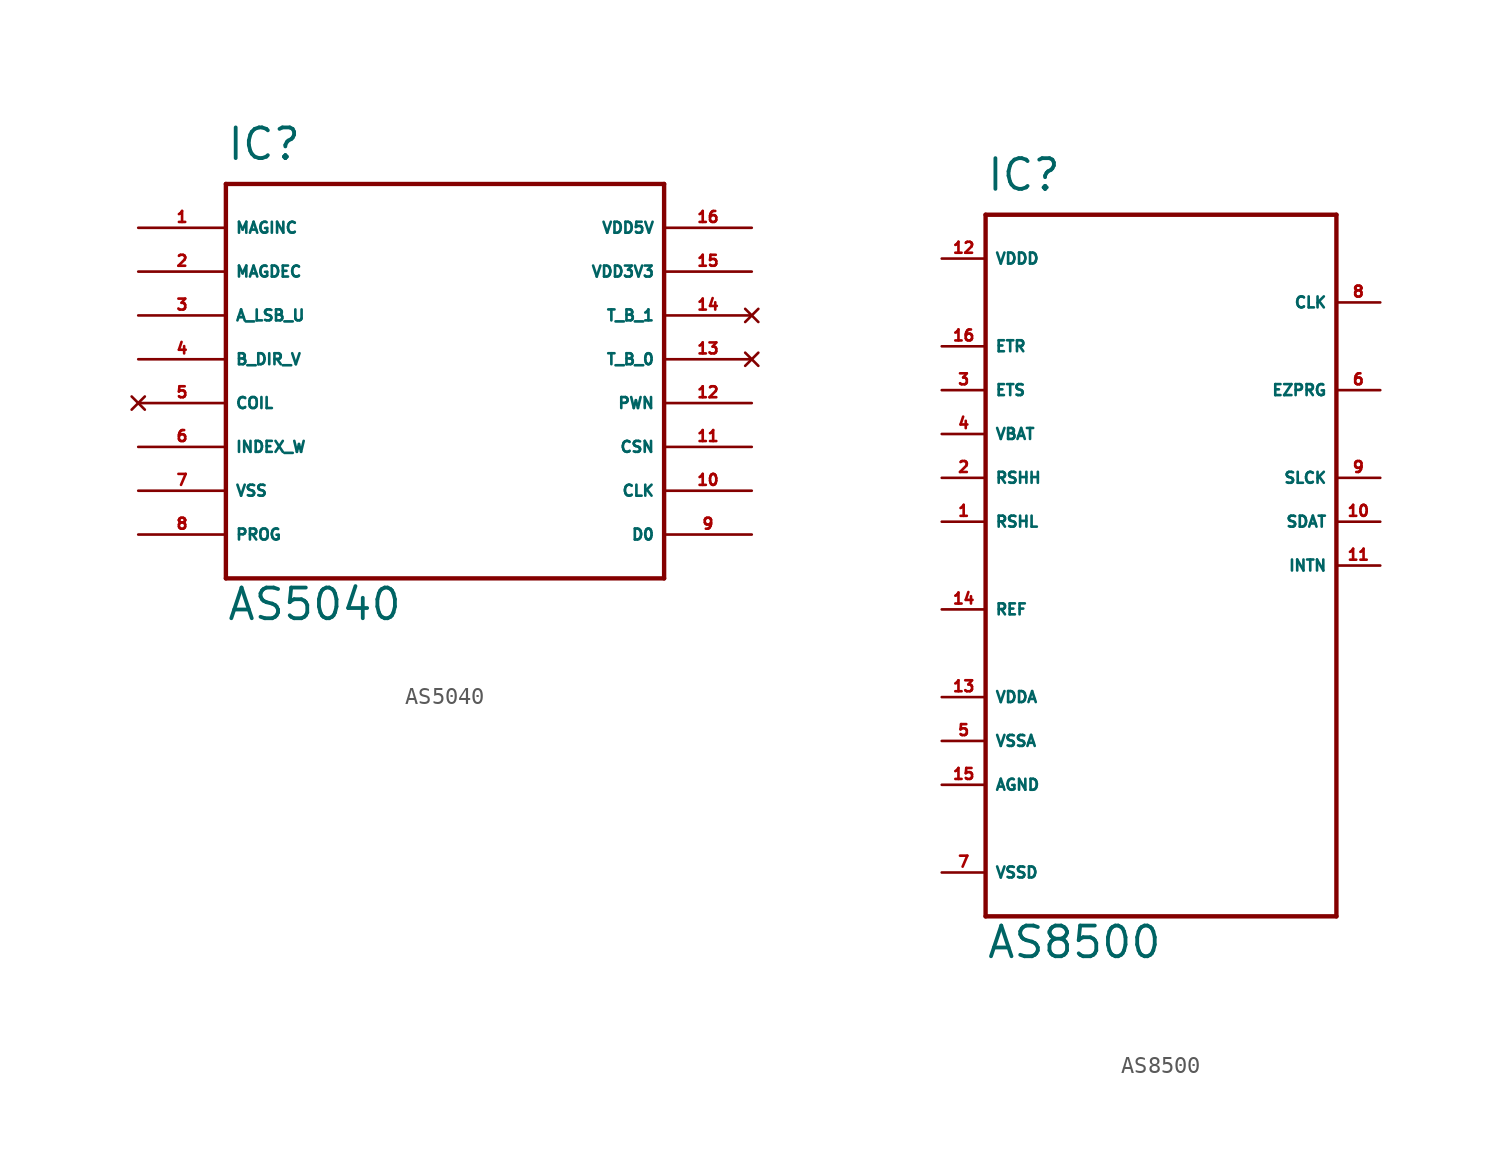
<source format=kicad_sym>
(kicad_symbol_lib
  (version 20220914)
  (generator Eagle2Kicad)
  (symbol "AS5040"
    (property "Reference" "IC"
      (at -12.7 11.43 0)
      (effects (font (size 1.778 1.778) (thickness 0.22)) (justify left bottom)))
    (property "Value" "AS5040"
      (at -12.7 -15.24 0)
      (effects (font (size 1.778 1.778) (thickness 0.22)) (justify left bottom)))
    (polyline
      (pts (xy -12.7 10.16) (xy 12.7 10.16))
      (stroke (width 0.254) (type default))
      (fill (type none)))
    (polyline
      (pts (xy 12.7 10.16) (xy 12.7 -12.7))
      (stroke (width 0.254) (type default))
      (fill (type none)))
    (polyline
      (pts (xy 12.7 -12.7) (xy -12.7 -12.7))
      (stroke (width 0.254) (type default))
      (fill (type none)))
    (polyline
      (pts (xy -12.7 -12.7) (xy -12.7 10.16))
      (stroke (width 0.254) (type default))
      (fill (type none)))
    (pin tri_state line
      (at -17.78 7.62 0)
      (length 5.08)
      (name "MAGINC" (effects (font (size 0.635 0.635) (thickness 0.08)) (justify left bottom)))
      (number "1" (effects (font (size 0.635 0.635) (thickness 0.08)) (justify left bottom))))
    (pin tri_state line
      (at -17.78 5.08 0)
      (length 5.08)
      (name "MAGDEC" (effects (font (size 0.635 0.635) (thickness 0.08)) (justify left bottom)))
      (number "2" (effects (font (size 0.635 0.635) (thickness 0.08)) (justify left bottom))))
    (pin output line
      (at -17.78 2.54 0)
      (length 5.08)
      (name "A_LSB_U" (effects (font (size 0.635 0.635) (thickness 0.08)) (justify left bottom)))
      (number "3" (effects (font (size 0.635 0.635) (thickness 0.08)) (justify left bottom))))
    (pin output line
      (at -17.78 0 0)
      (length 5.08)
      (name "B_DIR_V" (effects (font (size 0.635 0.635) (thickness 0.08)) (justify left bottom)))
      (number "4" (effects (font (size 0.635 0.635) (thickness 0.08)) (justify left bottom))))
    (pin no_connect line
      (at -17.78 -2.54 0)
      (length 5.08)
      (name "COIL" (effects (font (size 0.635 0.635) (thickness 0.08)) (justify left bottom) hide))
      (number "5" (effects (font (size 0.635 0.635) (thickness 0.08)) (justify left bottom) hide)))
    (pin output line
      (at -17.78 -5.08 0)
      (length 5.08)
      (name "INDEX_W" (effects (font (size 0.635 0.635) (thickness 0.08)) (justify left bottom)))
      (number "6" (effects (font (size 0.635 0.635) (thickness 0.08)) (justify left bottom))))
    (pin passive line
      (at -17.78 -7.62 0)
      (length 5.08)
      (name "VSS" (effects (font (size 0.635 0.635) (thickness 0.08)) (justify left bottom)))
      (number "7" (effects (font (size 0.635 0.635) (thickness 0.08)) (justify left bottom))))
    (pin input line
      (at -17.78 -10.16 0)
      (length 5.08)
      (name "PROG" (effects (font (size 0.635 0.635) (thickness 0.08)) (justify left bottom)))
      (number "8" (effects (font (size 0.635 0.635) (thickness 0.08)) (justify left bottom))))
    (pin tri_state line
      (at 17.78 -10.16 180)
      (length 5.08)
      (name "D0" (effects (font (size 0.635 0.635) (thickness 0.08)) (justify left bottom)))
      (number "9" (effects (font (size 0.635 0.635) (thickness 0.08)) (justify left bottom))))
    (pin input line
      (at 17.78 -7.62 180)
      (length 5.08)
      (name "CLK" (effects (font (size 0.635 0.635) (thickness 0.08)) (justify left bottom)))
      (number "10" (effects (font (size 0.635 0.635) (thickness 0.08)) (justify left bottom))))
    (pin input line
      (at 17.78 -5.08 180)
      (length 5.08)
      (name "CSN" (effects (font (size 0.635 0.635) (thickness 0.08)) (justify left bottom)))
      (number "11" (effects (font (size 0.635 0.635) (thickness 0.08)) (justify left bottom))))
    (pin passive line
      (at 17.78 -2.54 180)
      (length 5.08)
      (name "PWN" (effects (font (size 0.635 0.635) (thickness 0.08)) (justify left bottom)))
      (number "12" (effects (font (size 0.635 0.635) (thickness 0.08)) (justify left bottom))))
    (pin no_connect line
      (at 17.78 0 180)
      (length 5.08)
      (name "T_B_0" (effects (font (size 0.635 0.635) (thickness 0.08)) (justify left bottom) hide))
      (number "13" (effects (font (size 0.635 0.635) (thickness 0.08)) (justify left bottom) hide)))
    (pin no_connect line
      (at 17.78 2.54 180)
      (length 5.08)
      (name "T_B_1" (effects (font (size 0.635 0.635) (thickness 0.08)) (justify left bottom) hide))
      (number "14" (effects (font (size 0.635 0.635) (thickness 0.08)) (justify left bottom) hide)))
    (pin passive line
      (at 17.78 5.08 180)
      (length 5.08)
      (name "VDD3V3" (effects (font (size 0.635 0.635) (thickness 0.08)) (justify left bottom)))
      (number "15" (effects (font (size 0.635 0.635) (thickness 0.08)) (justify left bottom))))
    (pin passive line
      (at 17.78 7.62 180)
      (length 5.08)
      (name "VDD5V" (effects (font (size 0.635 0.635) (thickness 0.08)) (justify left bottom)))
      (number "16" (effects (font (size 0.635 0.635) (thickness 0.08)) (justify left bottom)))))
  (symbol "AS8500"
    (property "Reference" "IC"
      (at -10.16 21.59 0)
      (effects (font (size 1.778 1.778) (thickness 0.22)) (justify left bottom)))
    (property "Value" "AS8500"
      (at -10.16 -22.86 0)
      (effects (font (size 1.778 1.778) (thickness 0.22)) (justify left bottom)))
    (polyline
      (pts (xy -10.16 20.32) (xy 10.16 20.32))
      (stroke (width 0.254) (type default))
      (fill (type none)))
    (polyline
      (pts (xy 10.16 20.32) (xy 10.16 -20.32))
      (stroke (width 0.254) (type default))
      (fill (type none)))
    (polyline
      (pts (xy 10.16 -20.32) (xy -10.16 -20.32))
      (stroke (width 0.254) (type default))
      (fill (type none)))
    (polyline
      (pts (xy -10.16 -20.32) (xy -10.16 20.32))
      (stroke (width 0.254) (type default))
      (fill (type none)))
    (pin bidirectional line
      (at -12.7 12.7 0)
      (length 2.54)
      (name "ETR" (effects (font (size 0.635 0.635) (thickness 0.08)) (justify left bottom)))
      (number "16" (effects (font (size 0.635 0.635) (thickness 0.08)) (justify left bottom))))
    (pin bidirectional line
      (at -12.7 10.16 0)
      (length 2.54)
      (name "ETS" (effects (font (size 0.635 0.635) (thickness 0.08)) (justify left bottom)))
      (number "3" (effects (font (size 0.635 0.635) (thickness 0.08)) (justify left bottom))))
    (pin bidirectional line
      (at -12.7 7.62 0)
      (length 2.54)
      (name "VBAT" (effects (font (size 0.635 0.635) (thickness 0.08)) (justify left bottom)))
      (number "4" (effects (font (size 0.635 0.635) (thickness 0.08)) (justify left bottom))))
    (pin input line
      (at -12.7 5.08 0)
      (length 2.54)
      (name "RSHH" (effects (font (size 0.635 0.635) (thickness 0.08)) (justify left bottom)))
      (number "2" (effects (font (size 0.635 0.635) (thickness 0.08)) (justify left bottom))))
    (pin input line
      (at -12.7 2.54 0)
      (length 2.54)
      (name "RSHL" (effects (font (size 0.635 0.635) (thickness 0.08)) (justify left bottom)))
      (number "1" (effects (font (size 0.635 0.635) (thickness 0.08)) (justify left bottom))))
    (pin input line
      (at 12.7 5.08 180)
      (length 2.54)
      (name "SLCK" (effects (font (size 0.635 0.635) (thickness 0.08)) (justify left bottom)))
      (number "9" (effects (font (size 0.635 0.635) (thickness 0.08)) (justify left bottom))))
    (pin bidirectional line
      (at 12.7 2.54 180)
      (length 2.54)
      (name "SDAT" (effects (font (size 0.635 0.635) (thickness 0.08)) (justify left bottom)))
      (number "10" (effects (font (size 0.635 0.635) (thickness 0.08)) (justify left bottom))))
    (pin bidirectional line
      (at 12.7 0 180)
      (length 2.54)
      (name "INTN" (effects (font (size 0.635 0.635) (thickness 0.08)) (justify left bottom)))
      (number "11" (effects (font (size 0.635 0.635) (thickness 0.08)) (justify left bottom))))
    (pin passive line
      (at -12.7 -2.54 0)
      (length 2.54)
      (name "REF" (effects (font (size 0.635 0.635) (thickness 0.08)) (justify left bottom)))
      (number "14" (effects (font (size 0.635 0.635) (thickness 0.08)) (justify left bottom))))
    (pin unspecified line
      (at -12.7 -12.7 0)
      (length 2.54)
      (name "AGND" (effects (font (size 0.635 0.635) (thickness 0.08)) (justify left bottom)))
      (number "15" (effects (font (size 0.635 0.635) (thickness 0.08)) (justify left bottom))))
    (pin unspecified line
      (at -12.7 -10.16 0)
      (length 2.54)
      (name "VSSA" (effects (font (size 0.635 0.635) (thickness 0.08)) (justify left bottom)))
      (number "5" (effects (font (size 0.635 0.635) (thickness 0.08)) (justify left bottom))))
    (pin unspecified line
      (at -12.7 17.78 0)
      (length 2.54)
      (name "VDDD" (effects (font (size 0.635 0.635) (thickness 0.08)) (justify left bottom)))
      (number "12" (effects (font (size 0.635 0.635) (thickness 0.08)) (justify left bottom))))
    (pin unspecified line
      (at -12.7 -17.78 0)
      (length 2.54)
      (name "VSSD" (effects (font (size 0.635 0.635) (thickness 0.08)) (justify left bottom)))
      (number "7" (effects (font (size 0.635 0.635) (thickness 0.08)) (justify left bottom))))
    (pin unspecified line
      (at -12.7 -7.62 0)
      (length 2.54)
      (name "VDDA" (effects (font (size 0.635 0.635) (thickness 0.08)) (justify left bottom)))
      (number "13" (effects (font (size 0.635 0.635) (thickness 0.08)) (justify left bottom))))
    (pin input line
      (at 12.7 15.24 180)
      (length 2.54)
      (name "CLK" (effects (font (size 0.635 0.635) (thickness 0.08)) (justify left bottom)))
      (number "8" (effects (font (size 0.635 0.635) (thickness 0.08)) (justify left bottom))))
    (pin input line
      (at 12.7 10.16 180)
      (length 2.54)
      (name "EZPRG" (effects (font (size 0.635 0.635) (thickness 0.08)) (justify left bottom)))
      (number "6" (effects (font (size 0.635 0.635) (thickness 0.08)) (justify left bottom))))))
</source>
